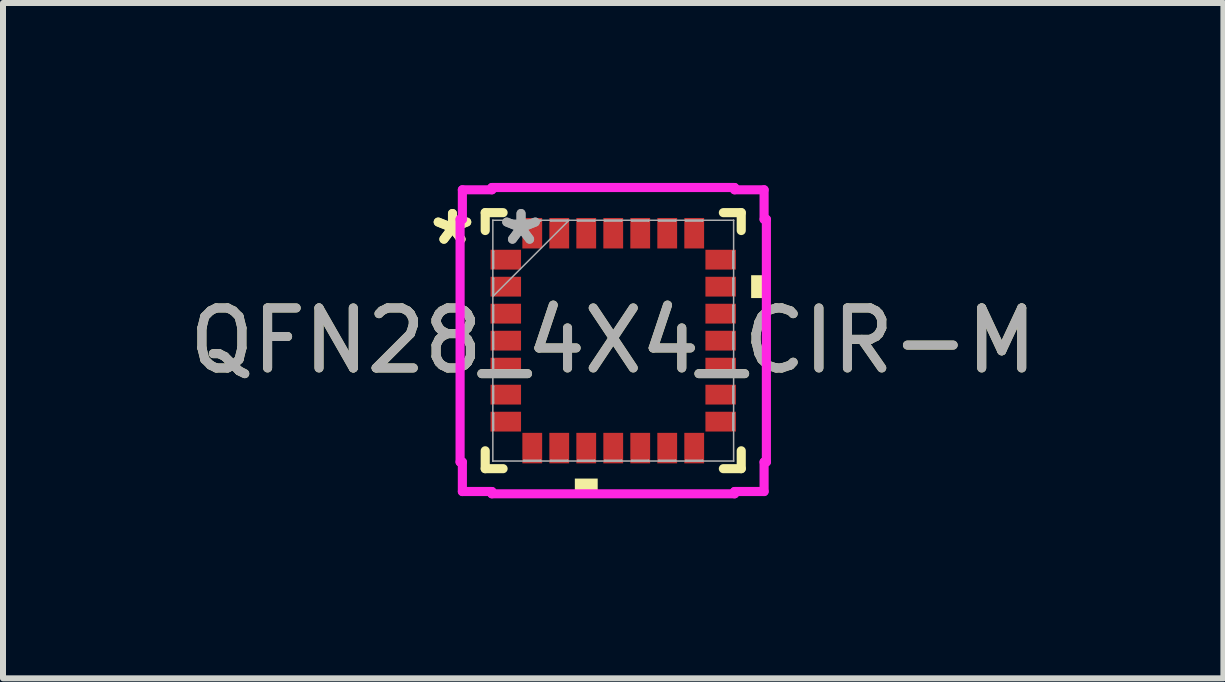
<source format=kicad_pcb>
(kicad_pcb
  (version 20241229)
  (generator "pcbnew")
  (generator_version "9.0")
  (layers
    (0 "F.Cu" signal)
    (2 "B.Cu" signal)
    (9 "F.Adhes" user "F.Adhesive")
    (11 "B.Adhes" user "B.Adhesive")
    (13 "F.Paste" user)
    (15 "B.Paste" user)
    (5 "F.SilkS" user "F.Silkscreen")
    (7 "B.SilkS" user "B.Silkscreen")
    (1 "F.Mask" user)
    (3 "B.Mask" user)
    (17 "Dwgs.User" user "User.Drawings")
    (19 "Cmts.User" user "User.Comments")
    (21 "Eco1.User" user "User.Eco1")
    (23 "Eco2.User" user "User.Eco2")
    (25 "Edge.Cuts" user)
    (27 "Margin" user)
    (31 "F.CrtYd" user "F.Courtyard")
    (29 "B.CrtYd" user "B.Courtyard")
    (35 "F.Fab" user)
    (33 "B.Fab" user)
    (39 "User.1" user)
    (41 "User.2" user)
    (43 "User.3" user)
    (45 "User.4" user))
  (footprint "QFN28_4X4_CIR-M"
    (layer "F.Cu")
    (at 7.173 2.629)
    (property "Reference" "QFN28_4X4_CIR-M" (at 0 0 0) (unlocked yes) (layer "F.SilkS") (effects (font (size 1 1) (thickness 0.15))))
    (attr smd)
    (fp_line (start -2.134 -2.134) (end -2.134 -1.836) (stroke (width 0.152) (type solid)) (layer "F.SilkS"))
    (fp_line (start -2.134 1.836) (end -2.134 2.134) (stroke (width 0.152) (type solid)) (layer "F.SilkS"))
    (fp_line (start -2.134 2.134) (end -1.836 2.134) (stroke (width 0.152) (type solid)) (layer "F.SilkS"))
    (fp_line (start -1.836 -2.134) (end -2.134 -2.134) (stroke (width 0.152) (type solid)) (layer "F.SilkS"))
    (fp_line (start 1.836 2.134) (end 2.134 2.134) (stroke (width 0.152) (type solid)) (layer "F.SilkS"))
    (fp_line (start 2.134 -2.134) (end 1.836 -2.134) (stroke (width 0.152) (type solid)) (layer "F.SilkS"))
    (fp_line (start 2.134 -1.836) (end 2.134 -2.134) (stroke (width 0.152) (type solid)) (layer "F.SilkS"))
    (fp_line (start 2.134 2.134) (end 2.134 1.836) (stroke (width 0.152) (type solid)) (layer "F.SilkS"))
    (fp_poly (pts (xy -0.64 2.299) (xy -0.64 2.553) (xy -0.259 2.553) (xy -0.259 2.299)) (stroke (width 0) (type solid)) (fill yes) (layer "F.SilkS"))
    (fp_poly (pts (xy 2.553 -1.091) (xy 2.553 -0.71) (xy 2.299 -0.71) (xy 2.299 -1.091)) (stroke (width 0) (type solid)) (fill yes) (layer "F.SilkS"))
    (fp_line (start -2.553 -2.023) (end -2.515 -2.023) (stroke (width 0.152) (type solid)) (layer "F.CrtYd"))
    (fp_line (start -2.553 2.023) (end -2.553 -2.023) (stroke (width 0.152) (type solid)) (layer "F.CrtYd"))
    (fp_line (start -2.515 -2.515) (end -2.023 -2.515) (stroke (width 0.152) (type solid)) (layer "F.CrtYd"))
    (fp_line (start -2.515 -2.023) (end -2.515 -2.515) (stroke (width 0.152) (type solid)) (layer "F.CrtYd"))
    (fp_line (start -2.515 2.023) (end -2.553 2.023) (stroke (width 0.152) (type solid)) (layer "F.CrtYd"))
    (fp_line (start -2.515 2.515) (end -2.515 2.023) (stroke (width 0.152) (type solid)) (layer "F.CrtYd"))
    (fp_line (start -2.023 -2.553) (end 2.023 -2.553) (stroke (width 0.152) (type solid)) (layer "F.CrtYd"))
    (fp_line (start -2.023 -2.515) (end -2.023 -2.553) (stroke (width 0.152) (type solid)) (layer "F.CrtYd"))
    (fp_line (start -2.023 2.515) (end -2.515 2.515) (stroke (width 0.152) (type solid)) (layer "F.CrtYd"))
    (fp_line (start -2.023 2.553) (end -2.023 2.515) (stroke (width 0.152) (type solid)) (layer "F.CrtYd"))
    (fp_line (start 2.023 -2.553) (end 2.023 -2.515) (stroke (width 0.152) (type solid)) (layer "F.CrtYd"))
    (fp_line (start 2.023 -2.515) (end 2.515 -2.515) (stroke (width 0.152) (type solid)) (layer "F.CrtYd"))
    (fp_line (start 2.023 2.515) (end 2.023 2.553) (stroke (width 0.152) (type solid)) (layer "F.CrtYd"))
    (fp_line (start 2.023 2.553) (end -2.023 2.553) (stroke (width 0.152) (type solid)) (layer "F.CrtYd"))
    (fp_line (start 2.515 -2.515) (end 2.515 -2.023) (stroke (width 0.152) (type solid)) (layer "F.CrtYd"))
    (fp_line (start 2.515 -2.023) (end 2.553 -2.023) (stroke (width 0.152) (type solid)) (layer "F.CrtYd"))
    (fp_line (start 2.515 2.023) (end 2.515 2.515) (stroke (width 0.152) (type solid)) (layer "F.CrtYd"))
    (fp_line (start 2.515 2.515) (end 2.023 2.515) (stroke (width 0.152) (type solid)) (layer "F.CrtYd"))
    (fp_line (start 2.553 -2.023) (end 2.553 2.023) (stroke (width 0.152) (type solid)) (layer "F.CrtYd"))
    (fp_line (start 2.553 2.023) (end 2.515 2.023) (stroke (width 0.152) (type solid)) (layer "F.CrtYd"))
    (fp_line (start -2.007 -2.007) (end -2.007 -2.007) (stroke (width 0.025) (type solid)) (layer "F.Fab"))
    (fp_line (start -2.007 -2.007) (end -2.007 2.007) (stroke (width 0.025) (type solid)) (layer "F.Fab"))
    (fp_line (start -2.007 -1.49) (end -1.994 -1.49) (stroke (width 0.025) (type solid)) (layer "F.Fab"))
    (fp_line (start -2.007 -1.21) (end -2.007 -1.49) (stroke (width 0.025) (type solid)) (layer "F.Fab"))
    (fp_line (start -2.007 -1.04) (end -1.994 -1.04) (stroke (width 0.025) (type solid)) (layer "F.Fab"))
    (fp_line (start -2.007 -0.76) (end -2.007 -1.04) (stroke (width 0.025) (type solid)) (layer "F.Fab"))
    (fp_line (start -2.007 -0.737) (end -0.737 -2.007) (stroke (width 0.025) (type solid)) (layer "F.Fab"))
    (fp_line (start -2.007 -0.59) (end -1.994 -0.59) (stroke (width 0.025) (type solid)) (layer "F.Fab"))
    (fp_line (start -2.007 -0.31) (end -2.007 -0.59) (stroke (width 0.025) (type solid)) (layer "F.Fab"))
    (fp_line (start -2.007 -0.14) (end -1.994 -0.14) (stroke (width 0.025) (type solid)) (layer "F.Fab"))
    (fp_line (start -2.007 0.14) (end -2.007 -0.14) (stroke (width 0.025) (type solid)) (layer "F.Fab"))
    (fp_line (start -2.007 0.31) (end -1.994 0.31) (stroke (width 0.025) (type solid)) (layer "F.Fab"))
    (fp_line (start -2.007 0.59) (end -2.007 0.31) (stroke (width 0.025) (type solid)) (layer "F.Fab"))
    (fp_line (start -2.007 0.76) (end -1.994 0.76) (stroke (width 0.025) (type solid)) (layer "F.Fab"))
    (fp_line (start -2.007 1.04) (end -2.007 0.76) (stroke (width 0.025) (type solid)) (layer "F.Fab"))
    (fp_line (start -2.007 1.21) (end -1.994 1.21) (stroke (width 0.025) (type solid)) (layer "F.Fab"))
    (fp_line (start -2.007 1.49) (end -2.007 1.21) (stroke (width 0.025) (type solid)) (layer "F.Fab"))
    (fp_line (start -2.007 2.007) (end -2.007 2.007) (stroke (width 0.025) (type solid)) (layer "F.Fab"))
    (fp_line (start -2.007 2.007) (end 2.007 2.007) (stroke (width 0.025) (type solid)) (layer "F.Fab"))
    (fp_line (start -1.994 -1.49) (end -1.994 -1.21) (stroke (width 0.025) (type solid)) (layer "F.Fab"))
    (fp_line (start -1.994 -1.21) (end -2.007 -1.21) (stroke (width 0.025) (type solid)) (layer "F.Fab"))
    (fp_line (start -1.994 -1.04) (end -1.994 -0.76) (stroke (width 0.025) (type solid)) (layer "F.Fab"))
    (fp_line (start -1.994 -0.76) (end -2.007 -0.76) (stroke (width 0.025) (type solid)) (layer "F.Fab"))
    (fp_line (start -1.994 -0.59) (end -1.994 -0.31) (stroke (width 0.025) (type solid)) (layer "F.Fab"))
    (fp_line (start -1.994 -0.31) (end -2.007 -0.31) (stroke (width 0.025) (type solid)) (layer "F.Fab"))
    (fp_line (start -1.994 -0.14) (end -1.994 0.14) (stroke (width 0.025) (type solid)) (layer "F.Fab"))
    (fp_line (start -1.994 0.14) (end -2.007 0.14) (stroke (width 0.025) (type solid)) (layer "F.Fab"))
    (fp_line (start -1.994 0.31) (end -1.994 0.59) (stroke (width 0.025) (type solid)) (layer "F.Fab"))
    (fp_line (start -1.994 0.59) (end -2.007 0.59) (stroke (width 0.025) (type solid)) (layer "F.Fab"))
    (fp_line (start -1.994 0.76) (end -1.994 1.04) (stroke (width 0.025) (type solid)) (layer "F.Fab"))
    (fp_line (start -1.994 1.04) (end -2.007 1.04) (stroke (width 0.025) (type solid)) (layer "F.Fab"))
    (fp_line (start -1.994 1.21) (end -1.994 1.49) (stroke (width 0.025) (type solid)) (layer "F.Fab"))
    (fp_line (start -1.994 1.49) (end -2.007 1.49) (stroke (width 0.025) (type solid)) (layer "F.Fab"))
    (fp_line (start -1.49 -2.007) (end -1.21 -2.007) (stroke (width 0.025) (type solid)) (layer "F.Fab"))
    (fp_line (start -1.49 -1.994) (end -1.49 -2.007) (stroke (width 0.025) (type solid)) (layer "F.Fab"))
    (fp_line (start -1.49 1.994) (end -1.21 1.994) (stroke (width 0.025) (type solid)) (layer "F.Fab"))
    (fp_line (start -1.49 2.007) (end -1.49 1.994) (stroke (width 0.025) (type solid)) (layer "F.Fab"))
    (fp_line (start -1.21 -2.007) (end -1.21 -1.994) (stroke (width 0.025) (type solid)) (layer "F.Fab"))
    (fp_line (start -1.21 -1.994) (end -1.49 -1.994) (stroke (width 0.025) (type solid)) (layer "F.Fab"))
    (fp_line (start -1.21 1.994) (end -1.21 2.007) (stroke (width 0.025) (type solid)) (layer "F.Fab"))
    (fp_line (start -1.21 2.007) (end -1.49 2.007) (stroke (width 0.025) (type solid)) (layer "F.Fab"))
    (fp_line (start -1.04 -2.007) (end -0.76 -2.007) (stroke (width 0.025) (type solid)) (layer "F.Fab"))
    (fp_line (start -1.04 -1.994) (end -1.04 -2.007) (stroke (width 0.025) (type solid)) (layer "F.Fab"))
    (fp_line (start -1.04 1.994) (end -0.76 1.994) (stroke (width 0.025) (type solid)) (layer "F.Fab"))
    (fp_line (start -1.04 2.007) (end -1.04 1.994) (stroke (width 0.025) (type solid)) (layer "F.Fab"))
    (fp_line (start -0.76 -2.007) (end -0.76 -1.994) (stroke (width 0.025) (type solid)) (layer "F.Fab"))
    (fp_line (start -0.76 -1.994) (end -1.04 -1.994) (stroke (width 0.025) (type solid)) (layer "F.Fab"))
    (fp_line (start -0.76 1.994) (end -0.76 2.007) (stroke (width 0.025) (type solid)) (layer "F.Fab"))
    (fp_line (start -0.76 2.007) (end -1.04 2.007) (stroke (width 0.025) (type solid)) (layer "F.Fab"))
    (fp_line (start -0.59 -2.007) (end -0.31 -2.007) (stroke (width 0.025) (type solid)) (layer "F.Fab"))
    (fp_line (start -0.59 -1.994) (end -0.59 -2.007) (stroke (width 0.025) (type solid)) (layer "F.Fab"))
    (fp_line (start -0.59 1.994) (end -0.31 1.994) (stroke (width 0.025) (type solid)) (layer "F.Fab"))
    (fp_line (start -0.59 2.007) (end -0.59 1.994) (stroke (width 0.025) (type solid)) (layer "F.Fab"))
    (fp_line (start -0.31 -2.007) (end -0.31 -1.994) (stroke (width 0.025) (type solid)) (layer "F.Fab"))
    (fp_line (start -0.31 -1.994) (end -0.59 -1.994) (stroke (width 0.025) (type solid)) (layer "F.Fab"))
    (fp_line (start -0.31 1.994) (end -0.31 2.007) (stroke (width 0.025) (type solid)) (layer "F.Fab"))
    (fp_line (start -0.31 2.007) (end -0.59 2.007) (stroke (width 0.025) (type solid)) (layer "F.Fab"))
    (fp_line (start -0.14 -2.007) (end 0.14 -2.007) (stroke (width 0.025) (type solid)) (layer "F.Fab"))
    (fp_line (start -0.14 -1.994) (end -0.14 -2.007) (stroke (width 0.025) (type solid)) (layer "F.Fab"))
    (fp_line (start -0.14 1.994) (end 0.14 1.994) (stroke (width 0.025) (type solid)) (layer "F.Fab"))
    (fp_line (start -0.14 2.007) (end -0.14 1.994) (stroke (width 0.025) (type solid)) (layer "F.Fab"))
    (fp_line (start 0.14 -2.007) (end 0.14 -1.994) (stroke (width 0.025) (type solid)) (layer "F.Fab"))
    (fp_line (start 0.14 -1.994) (end -0.14 -1.994) (stroke (width 0.025) (type solid)) (layer "F.Fab"))
    (fp_line (start 0.14 1.994) (end 0.14 2.007) (stroke (width 0.025) (type solid)) (layer "F.Fab"))
    (fp_line (start 0.14 2.007) (end -0.14 2.007) (stroke (width 0.025) (type solid)) (layer "F.Fab"))
    (fp_line (start 0.31 -2.007) (end 0.59 -2.007) (stroke (width 0.025) (type solid)) (layer "F.Fab"))
    (fp_line (start 0.31 -1.994) (end 0.31 -2.007) (stroke (width 0.025) (type solid)) (layer "F.Fab"))
    (fp_line (start 0.31 1.994) (end 0.59 1.994) (stroke (width 0.025) (type solid)) (layer "F.Fab"))
    (fp_line (start 0.31 2.007) (end 0.31 1.994) (stroke (width 0.025) (type solid)) (layer "F.Fab"))
    (fp_line (start 0.59 -2.007) (end 0.59 -1.994) (stroke (width 0.025) (type solid)) (layer "F.Fab"))
    (fp_line (start 0.59 -1.994) (end 0.31 -1.994) (stroke (width 0.025) (type solid)) (layer "F.Fab"))
    (fp_line (start 0.59 1.994) (end 0.59 2.007) (stroke (width 0.025) (type solid)) (layer "F.Fab"))
    (fp_line (start 0.59 2.007) (end 0.31 2.007) (stroke (width 0.025) (type solid)) (layer "F.Fab"))
    (fp_line (start 0.76 -2.007) (end 1.04 -2.007) (stroke (width 0.025) (type solid)) (layer "F.Fab"))
    (fp_line (start 0.76 -1.994) (end 0.76 -2.007) (stroke (width 0.025) (type solid)) (layer "F.Fab"))
    (fp_line (start 0.76 1.994) (end 1.04 1.994) (stroke (width 0.025) (type solid)) (layer "F.Fab"))
    (fp_line (start 0.76 2.007) (end 0.76 1.994) (stroke (width 0.025) (type solid)) (layer "F.Fab"))
    (fp_line (start 1.04 -2.007) (end 1.04 -1.994) (stroke (width 0.025) (type solid)) (layer "F.Fab"))
    (fp_line (start 1.04 -1.994) (end 0.76 -1.994) (stroke (width 0.025) (type solid)) (layer "F.Fab"))
    (fp_line (start 1.04 1.994) (end 1.04 2.007) (stroke (width 0.025) (type solid)) (layer "F.Fab"))
    (fp_line (start 1.04 2.007) (end 0.76 2.007) (stroke (width 0.025) (type solid)) (layer "F.Fab"))
    (fp_line (start 1.21 -2.007) (end 1.49 -2.007) (stroke (width 0.025) (type solid)) (layer "F.Fab"))
    (fp_line (start 1.21 -1.994) (end 1.21 -2.007) (stroke (width 0.025) (type solid)) (layer "F.Fab"))
    (fp_line (start 1.21 1.994) (end 1.49 1.994) (stroke (width 0.025) (type solid)) (layer "F.Fab"))
    (fp_line (start 1.21 2.007) (end 1.21 1.994) (stroke (width 0.025) (type solid)) (layer "F.Fab"))
    (fp_line (start 1.49 -2.007) (end 1.49 -1.994) (stroke (width 0.025) (type solid)) (layer "F.Fab"))
    (fp_line (start 1.49 -1.994) (end 1.21 -1.994) (stroke (width 0.025) (type solid)) (layer "F.Fab"))
    (fp_line (start 1.49 1.994) (end 1.49 2.007) (stroke (width 0.025) (type solid)) (layer "F.Fab"))
    (fp_line (start 1.49 2.007) (end 1.21 2.007) (stroke (width 0.025) (type solid)) (layer "F.Fab"))
    (fp_line (start 1.994 -1.49) (end 2.007 -1.49) (stroke (width 0.025) (type solid)) (layer "F.Fab"))
    (fp_line (start 1.994 -1.21) (end 1.994 -1.49) (stroke (width 0.025) (type solid)) (layer "F.Fab"))
    (fp_line (start 1.994 -1.04) (end 2.007 -1.04) (stroke (width 0.025) (type solid)) (layer "F.Fab"))
    (fp_line (start 1.994 -0.76) (end 1.994 -1.04) (stroke (width 0.025) (type solid)) (layer "F.Fab"))
    (fp_line (start 1.994 -0.59) (end 2.007 -0.59) (stroke (width 0.025) (type solid)) (layer "F.Fab"))
    (fp_line (start 1.994 -0.31) (end 1.994 -0.59) (stroke (width 0.025) (type solid)) (layer "F.Fab"))
    (fp_line (start 1.994 -0.14) (end 2.007 -0.14) (stroke (width 0.025) (type solid)) (layer "F.Fab"))
    (fp_line (start 1.994 0.14) (end 1.994 -0.14) (stroke (width 0.025) (type solid)) (layer "F.Fab"))
    (fp_line (start 1.994 0.31) (end 2.007 0.31) (stroke (width 0.025) (type solid)) (layer "F.Fab"))
    (fp_line (start 1.994 0.59) (end 1.994 0.31) (stroke (width 0.025) (type solid)) (layer "F.Fab"))
    (fp_line (start 1.994 0.76) (end 2.007 0.76) (stroke (width 0.025) (type solid)) (layer "F.Fab"))
    (fp_line (start 1.994 1.04) (end 1.994 0.76) (stroke (width 0.025) (type solid)) (layer "F.Fab"))
    (fp_line (start 1.994 1.21) (end 2.007 1.21) (stroke (width 0.025) (type solid)) (layer "F.Fab"))
    (fp_line (start 1.994 1.49) (end 1.994 1.21) (stroke (width 0.025) (type solid)) (layer "F.Fab"))
    (fp_line (start 2.007 -2.007) (end -2.007 -2.007) (stroke (width 0.025) (type solid)) (layer "F.Fab"))
    (fp_line (start 2.007 -2.007) (end 2.007 -2.007) (stroke (width 0.025) (type solid)) (layer "F.Fab"))
    (fp_line (start 2.007 -1.49) (end 2.007 -1.21) (stroke (width 0.025) (type solid)) (layer "F.Fab"))
    (fp_line (start 2.007 -1.21) (end 1.994 -1.21) (stroke (width 0.025) (type solid)) (layer "F.Fab"))
    (fp_line (start 2.007 -1.04) (end 2.007 -0.76) (stroke (width 0.025) (type solid)) (layer "F.Fab"))
    (fp_line (start 2.007 -0.76) (end 1.994 -0.76) (stroke (width 0.025) (type solid)) (layer "F.Fab"))
    (fp_line (start 2.007 -0.59) (end 2.007 -0.31) (stroke (width 0.025) (type solid)) (layer "F.Fab"))
    (fp_line (start 2.007 -0.31) (end 1.994 -0.31) (stroke (width 0.025) (type solid)) (layer "F.Fab"))
    (fp_line (start 2.007 -0.14) (end 2.007 0.14) (stroke (width 0.025) (type solid)) (layer "F.Fab"))
    (fp_line (start 2.007 0.14) (end 1.994 0.14) (stroke (width 0.025) (type solid)) (layer "F.Fab"))
    (fp_line (start 2.007 0.31) (end 2.007 0.59) (stroke (width 0.025) (type solid)) (layer "F.Fab"))
    (fp_line (start 2.007 0.59) (end 1.994 0.59) (stroke (width 0.025) (type solid)) (layer "F.Fab"))
    (fp_line (start 2.007 0.76) (end 2.007 1.04) (stroke (width 0.025) (type solid)) (layer "F.Fab"))
    (fp_line (start 2.007 1.04) (end 1.994 1.04) (stroke (width 0.025) (type solid)) (layer "F.Fab"))
    (fp_line (start 2.007 1.21) (end 2.007 1.49) (stroke (width 0.025) (type solid)) (layer "F.Fab"))
    (fp_line (start 2.007 1.49) (end 1.994 1.49) (stroke (width 0.025) (type solid)) (layer "F.Fab"))
    (fp_line (start 2.007 2.007) (end 2.007 -2.007) (stroke (width 0.025) (type solid)) (layer "F.Fab"))
    (fp_line (start 2.007 2.007) (end 2.007 2.007) (stroke (width 0.025) (type solid)) (layer "F.Fab"))
    (fp_text user "*" (at -2.68 -1.575 0) (layer "F.SilkS") (effects (font (size 1 1) (thickness 0.15))))
    (fp_text user "*" (at -2.68 -1.575 0) (unlocked yes) (layer "F.SilkS") (effects (font (size 1 1) (thickness 0.15))))
    (fp_text user "*" (at -1.537 -1.575 0) (unlocked yes) (layer "F.Fab") (effects (font (size 1 1) (thickness 0.15))))
    (fp_text user "${REFERENCE}" (at 0 0 0) (unlocked yes) (layer "F.Fab") (effects (font (size 1 1) (thickness 0.15))))
    (fp_text user "*" (at -1.537 -1.575 0) (layer "F.Fab") (effects (font (size 1 1) (thickness 0.15))))
    (pad "1" smd rect (at -1.791 -1.35 90) (size 0.33 0.508) (layers "F.Cu" "F.Mask" "F.Paste"))
    (pad "2" smd rect (at -1.791 -0.9 90) (size 0.33 0.508) (layers "F.Cu" "F.Mask" "F.Paste"))
    (pad "3" smd rect (at -1.791 -0.45 90) (size 0.33 0.508) (layers "F.Cu" "F.Mask" "F.Paste"))
    (pad "4" smd rect (at -1.791 0 90) (size 0.33 0.508) (layers "F.Cu" "F.Mask" "F.Paste"))
    (pad "5" smd rect (at -1.791 0.45 90) (size 0.33 0.508) (layers "F.Cu" "F.Mask" "F.Paste"))
    (pad "6" smd rect (at -1.791 0.9 90) (size 0.33 0.508) (layers "F.Cu" "F.Mask" "F.Paste"))
    (pad "7" smd rect (at -1.791 1.35 90) (size 0.33 0.508) (layers "F.Cu" "F.Mask" "F.Paste"))
    (pad "8" smd rect (at -1.35 1.791) (size 0.33 0.508) (layers "F.Cu" "F.Mask" "F.Paste"))
    (pad "9" smd rect (at -0.9 1.791) (size 0.33 0.508) (layers "F.Cu" "F.Mask" "F.Paste"))
    (pad "10" smd rect (at -0.45 1.791) (size 0.33 0.508) (layers "F.Cu" "F.Mask" "F.Paste"))
    (pad "11" smd rect (at 0 1.791) (size 0.33 0.508) (layers "F.Cu" "F.Mask" "F.Paste"))
    (pad "12" smd rect (at 0.45 1.791) (size 0.33 0.508) (layers "F.Cu" "F.Mask" "F.Paste"))
    (pad "13" smd rect (at 0.9 1.791) (size 0.33 0.508) (layers "F.Cu" "F.Mask" "F.Paste"))
    (pad "14" smd rect (at 1.35 1.791) (size 0.33 0.508) (layers "F.Cu" "F.Mask" "F.Paste"))
    (pad "15" smd rect (at 1.791 1.35 90) (size 0.33 0.508) (layers "F.Cu" "F.Mask" "F.Paste"))
    (pad "16" smd rect (at 1.791 0.9 90) (size 0.33 0.508) (layers "F.Cu" "F.Mask" "F.Paste"))
    (pad "17" smd rect (at 1.791 0.45 90) (size 0.33 0.508) (layers "F.Cu" "F.Mask" "F.Paste"))
    (pad "18" smd rect (at 1.791 0 90) (size 0.33 0.508) (layers "F.Cu" "F.Mask" "F.Paste"))
    (pad "19" smd rect (at 1.791 -0.45 90) (size 0.33 0.508) (layers "F.Cu" "F.Mask" "F.Paste"))
    (pad "20" smd rect (at 1.791 -0.9 90) (size 0.33 0.508) (layers "F.Cu" "F.Mask" "F.Paste"))
    (pad "21" smd rect (at 1.791 -1.35 90) (size 0.33 0.508) (layers "F.Cu" "F.Mask" "F.Paste"))
    (pad "22" smd rect (at 1.35 -1.791) (size 0.33 0.508) (layers "F.Cu" "F.Mask" "F.Paste"))
    (pad "23" smd rect (at 0.9 -1.791) (size 0.33 0.508) (layers "F.Cu" "F.Mask" "F.Paste"))
    (pad "24" smd rect (at 0.45 -1.791) (size 0.33 0.508) (layers "F.Cu" "F.Mask" "F.Paste"))
    (pad "25" smd rect (at 0 -1.791) (size 0.33 0.508) (layers "F.Cu" "F.Mask" "F.Paste"))
    (pad "26" smd rect (at -0.45 -1.791) (size 0.33 0.508) (layers "F.Cu" "F.Mask" "F.Paste"))
    (pad "27" smd rect (at -0.9 -1.791) (size 0.33 0.508) (layers "F.Cu" "F.Mask" "F.Paste"))
    (pad "28" smd rect (at -1.35 -1.791) (size 0.33 0.508) (layers "F.Cu" "F.Mask" "F.Paste")))
  (gr_rect
    (start -3 -3)
    (end 17.345 8.258)
    (stroke (width 0.1) (type default))
    (fill no)
    (layer "Edge.Cuts")))
</source>
